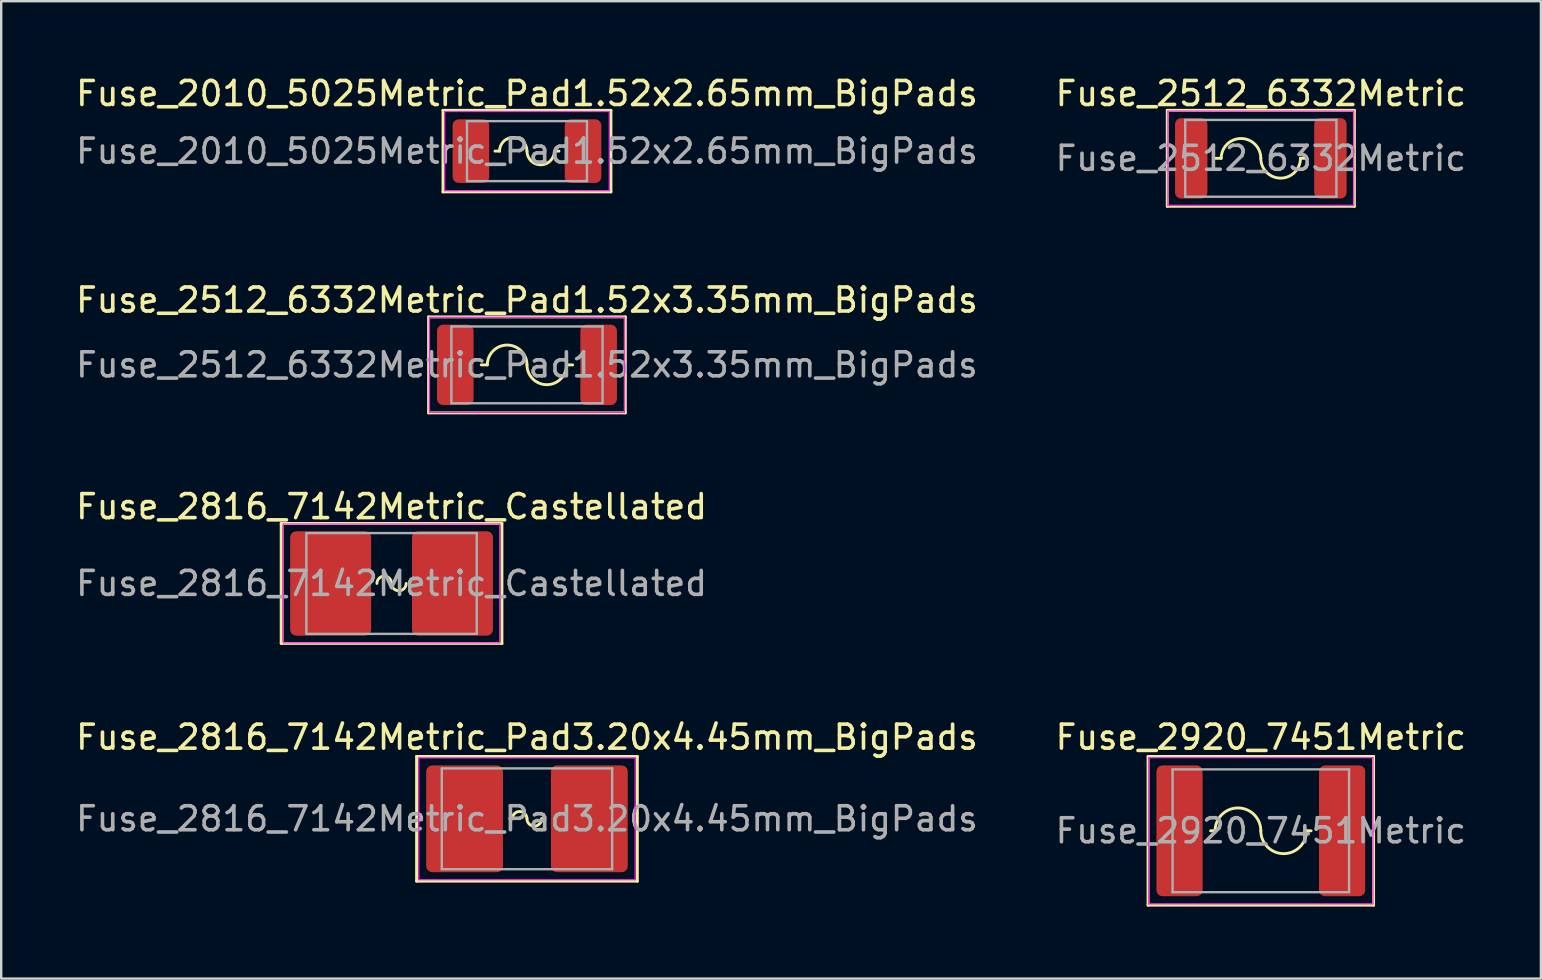
<source format=kicad_pcb>
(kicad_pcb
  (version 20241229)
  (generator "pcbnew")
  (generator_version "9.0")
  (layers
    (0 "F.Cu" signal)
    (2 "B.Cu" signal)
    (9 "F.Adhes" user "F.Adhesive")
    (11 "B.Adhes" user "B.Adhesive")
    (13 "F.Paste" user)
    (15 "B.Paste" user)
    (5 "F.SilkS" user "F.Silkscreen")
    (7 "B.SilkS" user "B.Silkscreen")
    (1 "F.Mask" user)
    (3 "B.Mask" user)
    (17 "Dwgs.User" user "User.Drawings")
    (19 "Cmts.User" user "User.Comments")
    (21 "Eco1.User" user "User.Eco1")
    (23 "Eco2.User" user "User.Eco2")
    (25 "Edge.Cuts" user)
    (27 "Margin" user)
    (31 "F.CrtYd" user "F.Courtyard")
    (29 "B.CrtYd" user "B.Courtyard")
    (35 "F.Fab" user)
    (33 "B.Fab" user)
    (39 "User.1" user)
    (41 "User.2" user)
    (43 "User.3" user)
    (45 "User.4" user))
  (footprint "Fuse_2512_6332Metric"
    (layer "F.Cu")
    (at 49.494 3.548)
    (property "Reference" "Fuse_2512_6332Metric" (at 0 -2.7 0) (layer "F.SilkS") (effects (font (size 1 1) (thickness 0.15))))
    (attr smd)
    (fp_line (start -3.9 -2) (end -3.9 2) (stroke (width 0.12) (type solid)) (layer "F.SilkS"))
    (fp_line (start -3.9 2) (end 3.9 2) (stroke (width 0.12) (type solid)) (layer "F.SilkS"))
    (fp_line (start -1.651 0) (end -1.905 0) (stroke (width 0.12) (type solid)) (layer "F.SilkS"))
    (fp_line (start 1.905 0) (end 1.651 0) (stroke (width 0.12) (type solid)) (layer "F.SilkS"))
    (fp_line (start 3.9 -2) (end -3.9 -2) (stroke (width 0.12) (type solid)) (layer "F.SilkS"))
    (fp_line (start 3.9 2) (end 3.9 -2) (stroke (width 0.12) (type solid)) (layer "F.SilkS"))
    (fp_arc (start -1.651 0) (mid -0.8255 -0.8255) (end 0 0) (stroke (width 0.12) (type solid)) (layer "F.SilkS"))
    (fp_arc (start 1.651 0) (mid 0.8255 0.8255) (end 0 0) (stroke (width 0.12) (type solid)) (layer "F.SilkS"))
    (fp_line (start -3.873 -1.968) (end 3.873 -1.968) (stroke (width 0.05) (type solid)) (layer "F.CrtYd"))
    (fp_line (start -3.873 1.968) (end -3.873 -1.968) (stroke (width 0.05) (type solid)) (layer "F.CrtYd"))
    (fp_line (start 3.873 -1.968) (end 3.873 1.968) (stroke (width 0.05) (type solid)) (layer "F.CrtYd"))
    (fp_line (start 3.873 1.968) (end -3.873 1.968) (stroke (width 0.05) (type solid)) (layer "F.CrtYd"))
    (fp_line (start -3.15 -1.6) (end 3.15 -1.6) (stroke (width 0.1) (type solid)) (layer "F.Fab"))
    (fp_line (start -3.15 1.6) (end -3.15 -1.6) (stroke (width 0.1) (type solid)) (layer "F.Fab"))
    (fp_line (start 3.15 -1.6) (end 3.15 1.6) (stroke (width 0.1) (type solid)) (layer "F.Fab"))
    (fp_line (start 3.15 1.6) (end -3.15 1.6) (stroke (width 0.1) (type solid)) (layer "F.Fab"))
    (fp_text user "${REFERENCE}" (at 0 0 0) (layer "F.Fab") (effects (font (size 1 1) (thickness 0.15))))
    (pad "1" smd roundrect (at -2.9 0) (size 1.35 3.35) (layers "F.Cu" "F.Mask" "F.Paste") (roundrect_rratio 0.185))
    (pad "2" smd roundrect (at 2.9 0) (size 1.35 3.35) (layers "F.Cu" "F.Mask" "F.Paste") (roundrect_rratio 0.185)))
  (footprint "Fuse_2816_7142Metric_Castellated"
    (layer "F.Cu")
    (at 13.268 21.265)
    (property "Reference" "Fuse_2816_7142Metric_Castellated" (at 0 -3.2 0) (layer "F.SilkS") (effects (font (size 1 1) (thickness 0.15))))
    (attr smd)
    (fp_line (start -4.6 -2.5) (end -4.6 2.5) (stroke (width 0.12) (type solid)) (layer "F.SilkS"))
    (fp_line (start -4.6 2.5) (end 4.6 2.5) (stroke (width 0.12) (type solid)) (layer "F.SilkS"))
    (fp_line (start 4.6 -2.5) (end -4.6 -2.5) (stroke (width 0.12) (type solid)) (layer "F.SilkS"))
    (fp_line (start 4.6 2.5) (end 4.6 -2.5) (stroke (width 0.12) (type solid)) (layer "F.SilkS"))
    (fp_arc (start -0.6096 0) (mid -0.3048 -0.3048) (end 0 0) (stroke (width 0.12) (type solid)) (layer "F.SilkS"))
    (fp_arc (start 0.6096 0) (mid 0.3048 0.3048) (end 0 0) (stroke (width 0.12) (type solid)) (layer "F.SilkS"))
    (fp_line (start -4.508 -2.477) (end 4.508 -2.477) (stroke (width 0.05) (type solid)) (layer "F.CrtYd"))
    (fp_line (start -4.508 2.477) (end -4.508 -2.477) (stroke (width 0.05) (type solid)) (layer "F.CrtYd"))
    (fp_line (start 4.508 -2.477) (end 4.508 2.477) (stroke (width 0.05) (type solid)) (layer "F.CrtYd"))
    (fp_line (start 4.508 2.477) (end -4.508 2.477) (stroke (width 0.05) (type solid)) (layer "F.CrtYd"))
    (fp_line (start -3.55 -2.1) (end 3.55 -2.1) (stroke (width 0.1) (type solid)) (layer "F.Fab"))
    (fp_line (start -3.55 2.1) (end -3.55 -2.1) (stroke (width 0.1) (type solid)) (layer "F.Fab"))
    (fp_line (start 3.55 -2.1) (end 3.55 2.1) (stroke (width 0.1) (type solid)) (layer "F.Fab"))
    (fp_line (start 3.55 2.1) (end -3.55 2.1) (stroke (width 0.1) (type solid)) (layer "F.Fab"))
    (fp_text user "${REFERENCE}" (at 0 0 0) (layer "F.Fab") (effects (font (size 1 1) (thickness 0.15))))
    (pad "1" smd roundrect (at -2.538 0) (size 3.375 4.35) (layers "F.Cu" "F.Mask" "F.Paste") (roundrect_rratio 0.074))
    (pad "2" smd roundrect (at 2.538 0) (size 3.375 4.35) (layers "F.Cu" "F.Mask" "F.Paste") (roundrect_rratio 0.074)))
  (footprint "Fuse_2816_7142Metric_Pad3.20x4.45mm_BigPads"
    (layer "F.Cu")
    (at 18.911 31.073)
    (property "Reference" "Fuse_2816_7142Metric_Pad3.20x4.45mm_BigPads" (at 0 -3.4 0) (layer "F.SilkS") (effects (font (size 1 1) (thickness 0.15))))
    (attr smd)
    (fp_line (start -4.6 -2.6) (end -4.6 2.6) (stroke (width 0.12) (type solid)) (layer "F.SilkS"))
    (fp_line (start -4.6 2.6) (end 4.6 2.6) (stroke (width 0.12) (type solid)) (layer "F.SilkS"))
    (fp_line (start -0.61 0) (end -0.711 0) (stroke (width 0.12) (type solid)) (layer "F.SilkS"))
    (fp_line (start 0.61 0) (end 0.711 0) (stroke (width 0.12) (type solid)) (layer "F.SilkS"))
    (fp_line (start 4.6 -2.6) (end -4.6 -2.6) (stroke (width 0.12) (type solid)) (layer "F.SilkS"))
    (fp_line (start 4.6 2.6) (end 4.6 -2.6) (stroke (width 0.12) (type solid)) (layer "F.SilkS"))
    (fp_arc (start -0.6096 0) (mid -0.3048 -0.3048) (end 0 0) (stroke (width 0.12) (type solid)) (layer "F.SilkS"))
    (fp_arc (start 0.6096 0) (mid 0.3048 0.3048) (end 0 0) (stroke (width 0.12) (type solid)) (layer "F.SilkS"))
    (fp_line (start -4.508 -2.54) (end 4.508 -2.54) (stroke (width 0.05) (type solid)) (layer "F.CrtYd"))
    (fp_line (start -4.508 2.54) (end -4.508 -2.54) (stroke (width 0.05) (type solid)) (layer "F.CrtYd"))
    (fp_line (start 4.508 -2.54) (end 4.508 2.54) (stroke (width 0.05) (type solid)) (layer "F.CrtYd"))
    (fp_line (start 4.508 2.54) (end -4.508 2.54) (stroke (width 0.05) (type solid)) (layer "F.CrtYd"))
    (fp_line (start -3.55 -2.1) (end 3.55 -2.1) (stroke (width 0.1) (type solid)) (layer "F.Fab"))
    (fp_line (start -3.55 2.1) (end -3.55 -2.1) (stroke (width 0.1) (type solid)) (layer "F.Fab"))
    (fp_line (start 3.55 -2.1) (end 3.55 2.1) (stroke (width 0.1) (type solid)) (layer "F.Fab"))
    (fp_line (start 3.55 2.1) (end -3.55 2.1) (stroke (width 0.1) (type solid)) (layer "F.Fab"))
    (fp_text user "${REFERENCE}" (at 0 0 0) (layer "F.Fab") (effects (font (size 1 1) (thickness 0.15))))
    (pad "1" smd roundrect (at -2.6 0) (size 3.2 4.45) (layers "F.Cu" "F.Mask" "F.Paste") (roundrect_rratio 0.078))
    (pad "2" smd roundrect (at 2.6 0) (size 3.2 4.45) (layers "F.Cu" "F.Mask" "F.Paste") (roundrect_rratio 0.078)))
  (footprint "Fuse_2512_6332Metric_Pad1.52x3.35mm_BigPads"
    (layer "F.Cu")
    (at 18.911 12.156)
    (property "Reference" "Fuse_2512_6332Metric_Pad1.52x3.35mm_BigPads" (at 0 -2.7 0) (layer "F.SilkS") (effects (font (size 1 1) (thickness 0.15))))
    (attr smd)
    (fp_line (start -4.1 -2) (end -4.1 2) (stroke (width 0.12) (type solid)) (layer "F.SilkS"))
    (fp_line (start -4.1 2) (end 4.1 2) (stroke (width 0.12) (type solid)) (layer "F.SilkS"))
    (fp_line (start -1.651 0) (end -1.905 0) (stroke (width 0.12) (type solid)) (layer "F.SilkS"))
    (fp_line (start 1.905 0) (end 1.651 0) (stroke (width 0.12) (type solid)) (layer "F.SilkS"))
    (fp_line (start 4.1 -2) (end -4.1 -2) (stroke (width 0.12) (type solid)) (layer "F.SilkS"))
    (fp_line (start 4.1 2) (end 4.1 -2) (stroke (width 0.12) (type solid)) (layer "F.SilkS"))
    (fp_arc (start -1.651 0) (mid -0.8255 -0.8255) (end 0 0) (stroke (width 0.12) (type solid)) (layer "F.SilkS"))
    (fp_arc (start 1.651 0) (mid 0.8255 0.8255) (end 0 0) (stroke (width 0.12) (type solid)) (layer "F.SilkS"))
    (fp_line (start -4.064 -1.981) (end 4.064 -1.981) (stroke (width 0.05) (type solid)) (layer "F.CrtYd"))
    (fp_line (start -4.064 1.981) (end -4.064 -1.981) (stroke (width 0.05) (type solid)) (layer "F.CrtYd"))
    (fp_line (start 4.064 -1.981) (end 4.064 1.981) (stroke (width 0.05) (type solid)) (layer "F.CrtYd"))
    (fp_line (start 4.064 1.981) (end -4.064 1.981) (stroke (width 0.05) (type solid)) (layer "F.CrtYd"))
    (fp_line (start -3.15 -1.6) (end 3.15 -1.6) (stroke (width 0.1) (type solid)) (layer "F.Fab"))
    (fp_line (start -3.15 1.6) (end -3.15 -1.6) (stroke (width 0.1) (type solid)) (layer "F.Fab"))
    (fp_line (start 3.15 -1.6) (end 3.15 1.6) (stroke (width 0.1) (type solid)) (layer "F.Fab"))
    (fp_line (start 3.15 1.6) (end -3.15 1.6) (stroke (width 0.1) (type solid)) (layer "F.Fab"))
    (fp_text user "${REFERENCE}" (at 0 0 0) (layer "F.Fab") (effects (font (size 1 1) (thickness 0.15))))
    (pad "1" smd roundrect (at -2.987 0) (size 1.525 3.35) (layers "F.Cu" "F.Mask" "F.Paste") (roundrect_rratio 0.164))
    (pad "2" smd roundrect (at 2.987 0) (size 1.525 3.35) (layers "F.Cu" "F.Mask" "F.Paste") (roundrect_rratio 0.164)))
  (footprint "Fuse_2010_5025Metric_Pad1.52x2.65mm_BigPads"
    (layer "F.Cu")
    (at 18.911 3.248)
    (property "Reference" "Fuse_2010_5025Metric_Pad1.52x2.65mm_BigPads" (at 0 -2.4 0) (layer "F.SilkS") (effects (font (size 1 1) (thickness 0.15))))
    (attr smd)
    (fp_line (start -3.5 -1.7) (end -3.5 1.7) (stroke (width 0.12) (type solid)) (layer "F.SilkS"))
    (fp_line (start -3.5 1.7) (end 3.5 1.7) (stroke (width 0.12) (type solid)) (layer "F.SilkS"))
    (fp_line (start -1.143 0) (end -1.333 0) (stroke (width 0.12) (type solid)) (layer "F.SilkS"))
    (fp_line (start 1.143 0) (end 1.333 0) (stroke (width 0.12) (type solid)) (layer "F.SilkS"))
    (fp_line (start 3.5 -1.7) (end -3.5 -1.7) (stroke (width 0.12) (type solid)) (layer "F.SilkS"))
    (fp_line (start 3.5 1.7) (end 3.5 -1.7) (stroke (width 0.12) (type solid)) (layer "F.SilkS"))
    (fp_arc (start -1.143 0) (mid -0.5715 -0.5715) (end 0 0) (stroke (width 0.12) (type solid)) (layer "F.SilkS"))
    (fp_arc (start 1.143 0) (mid 0.5715 0.5715) (end 0 0) (stroke (width 0.12) (type solid)) (layer "F.SilkS"))
    (fp_line (start -3.429 -1.651) (end 3.429 -1.651) (stroke (width 0.05) (type solid)) (layer "F.CrtYd"))
    (fp_line (start -3.429 1.651) (end -3.429 -1.651) (stroke (width 0.05) (type solid)) (layer "F.CrtYd"))
    (fp_line (start 3.429 -1.651) (end 3.429 1.651) (stroke (width 0.05) (type solid)) (layer "F.CrtYd"))
    (fp_line (start 3.429 1.651) (end -3.429 1.651) (stroke (width 0.05) (type solid)) (layer "F.CrtYd"))
    (fp_line (start -2.5 -1.25) (end 2.5 -1.25) (stroke (width 0.1) (type solid)) (layer "F.Fab"))
    (fp_line (start -2.5 1.25) (end -2.5 -1.25) (stroke (width 0.1) (type solid)) (layer "F.Fab"))
    (fp_line (start 2.5 -1.25) (end 2.5 1.25) (stroke (width 0.1) (type solid)) (layer "F.Fab"))
    (fp_line (start 2.5 1.25) (end -2.5 1.25) (stroke (width 0.1) (type solid)) (layer "F.Fab"))
    (fp_text user "${REFERENCE}" (at 0 0 0) (layer "F.Fab") (effects (font (size 1 1) (thickness 0.15))))
    (pad "1" smd roundrect (at -2.337 0) (size 1.525 2.65) (layers "F.Cu" "F.Mask" "F.Paste") (roundrect_rratio 0.164))
    (pad "2" smd roundrect (at 2.337 0) (size 1.525 2.65) (layers "F.Cu" "F.Mask" "F.Paste") (roundrect_rratio 0.164)))
  (footprint "Fuse_2920_7451Metric"
    (layer "F.Cu")
    (at 49.494 31.573)
    (property "Reference" "Fuse_2920_7451Metric" (at 0 -3.9 0) (layer "F.SilkS") (effects (font (size 1 1) (thickness 0.15))))
    (attr smd)
    (fp_line (start -4.7 -3.1) (end -4.7 3.1) (stroke (width 0.12) (type solid)) (layer "F.SilkS"))
    (fp_line (start -4.7 3.1) (end 4.7 3.1) (stroke (width 0.12) (type solid)) (layer "F.SilkS"))
    (fp_line (start -1.905 0) (end -2.095 0) (stroke (width 0.12) (type solid)) (layer "F.SilkS"))
    (fp_line (start 2.095 0) (end 1.905 0) (stroke (width 0.12) (type solid)) (layer "F.SilkS"))
    (fp_line (start 4.7 -3.1) (end -4.7 -3.1) (stroke (width 0.12) (type solid)) (layer "F.SilkS"))
    (fp_line (start 4.7 3.1) (end 4.7 -3.1) (stroke (width 0.12) (type solid)) (layer "F.SilkS"))
    (fp_arc (start -1.905 0) (mid -0.9525 -0.9525) (end 0 0) (stroke (width 0.12) (type solid)) (layer "F.SilkS"))
    (fp_arc (start 1.905 0) (mid 0.9525 0.9525) (end 0 0) (stroke (width 0.12) (type solid)) (layer "F.SilkS"))
    (fp_line (start -4.674 -3.048) (end 4.674 -3.048) (stroke (width 0.05) (type solid)) (layer "F.CrtYd"))
    (fp_line (start -4.674 3.048) (end -4.674 -3.048) (stroke (width 0.05) (type solid)) (layer "F.CrtYd"))
    (fp_line (start 4.674 -3.048) (end 4.674 3.048) (stroke (width 0.05) (type solid)) (layer "F.CrtYd"))
    (fp_line (start 4.674 3.048) (end -4.674 3.048) (stroke (width 0.05) (type solid)) (layer "F.CrtYd"))
    (fp_line (start -3.678 -2.56) (end 3.678 -2.56) (stroke (width 0.1) (type solid)) (layer "F.Fab"))
    (fp_line (start -3.678 2.56) (end -3.678 -2.56) (stroke (width 0.1) (type solid)) (layer "F.Fab"))
    (fp_line (start 3.678 -2.56) (end 3.678 2.56) (stroke (width 0.1) (type solid)) (layer "F.Fab"))
    (fp_line (start 3.678 2.56) (end -3.678 2.56) (stroke (width 0.1) (type solid)) (layer "F.Fab"))
    (fp_text user "${REFERENCE}" (at 0 0 0) (layer "F.Fab") (effects (font (size 1 1) (thickness 0.15))))
    (pad "1" smd roundrect (at -3.388 0) (size 1.925 5.45) (layers "F.Cu" "F.Mask" "F.Paste") (roundrect_rratio 0.13))
    (pad "2" smd roundrect (at 3.388 0) (size 1.925 5.45) (layers "F.Cu" "F.Mask" "F.Paste") (roundrect_rratio 0.13)))
  (gr_rect
    (start -3 -3)
    (end 61.167 37.733)
    (stroke (width 0.1) (type default))
    (fill no)
    (layer "Edge.Cuts")))
</source>
